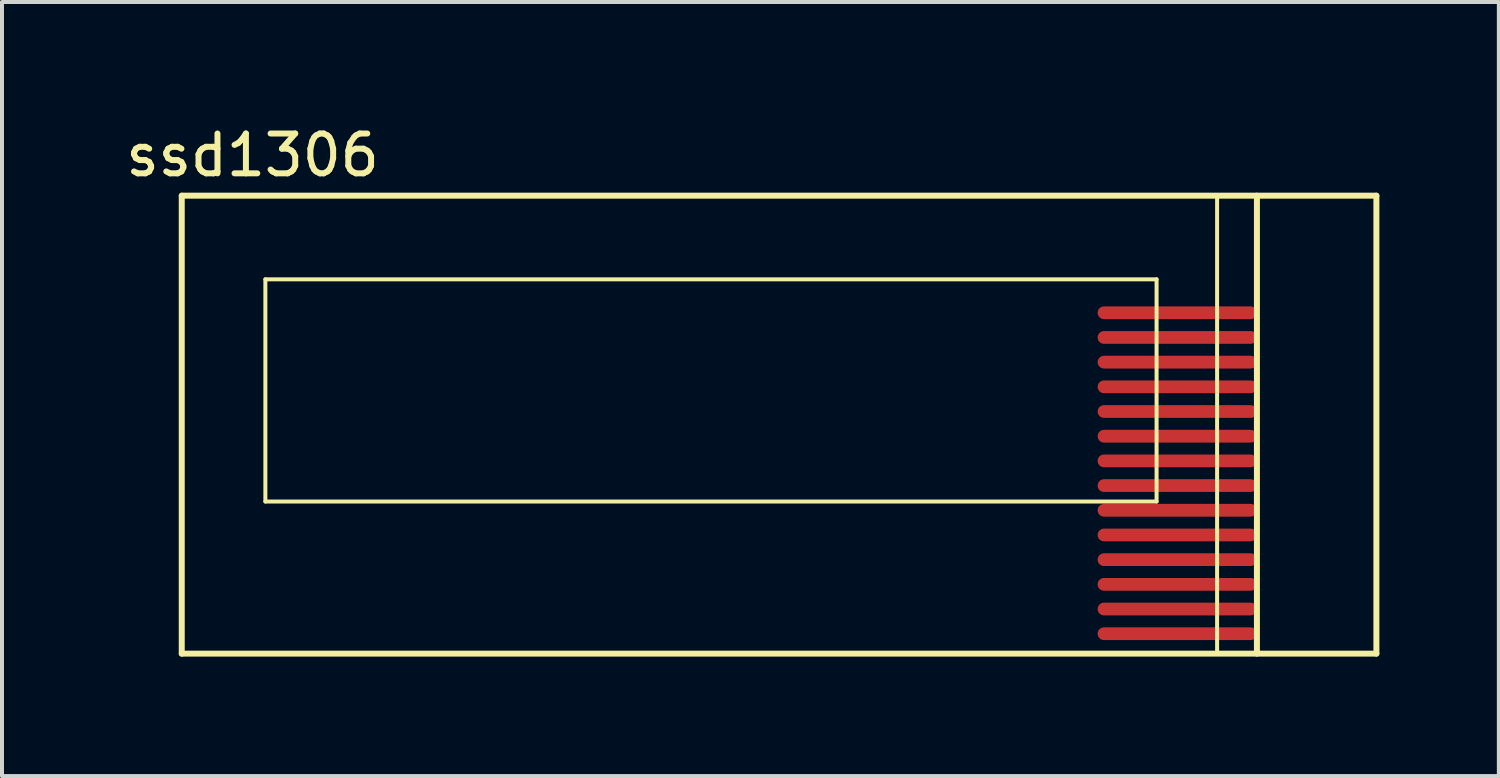
<source format=kicad_pcb>
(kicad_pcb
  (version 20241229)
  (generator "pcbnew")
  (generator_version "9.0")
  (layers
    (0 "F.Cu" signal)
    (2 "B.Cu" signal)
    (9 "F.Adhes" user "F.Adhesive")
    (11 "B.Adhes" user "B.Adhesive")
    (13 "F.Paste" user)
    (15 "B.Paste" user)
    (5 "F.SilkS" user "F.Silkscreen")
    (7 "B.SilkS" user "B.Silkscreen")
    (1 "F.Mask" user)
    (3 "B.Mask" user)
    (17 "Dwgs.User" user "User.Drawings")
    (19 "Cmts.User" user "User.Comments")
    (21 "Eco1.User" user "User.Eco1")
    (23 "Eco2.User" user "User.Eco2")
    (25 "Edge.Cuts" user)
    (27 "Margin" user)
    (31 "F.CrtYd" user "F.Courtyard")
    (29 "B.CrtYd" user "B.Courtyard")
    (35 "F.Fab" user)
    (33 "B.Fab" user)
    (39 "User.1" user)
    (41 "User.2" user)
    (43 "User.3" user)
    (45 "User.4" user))
  (footprint "ssd1306"
    (layer "F.Cu")
    (at 1.514 1.864)
    (property "Reference" "ssd1306" (at 1.778 -1.016 0) (layer "F.SilkS") (effects (font (size 1 1) (thickness 0.15))))
    (attr through_hole)
    (fp_line (start 0 0) (end 30 0) (stroke (width 0.15) (type solid)) (layer "F.SilkS"))
    (fp_line (start 0 11.5) (end 0 0) (stroke (width 0.15) (type solid)) (layer "F.SilkS"))
    (fp_line (start 0 11.5) (end 30 11.5) (stroke (width 0.15) (type solid)) (layer "F.SilkS"))
    (fp_line (start 2.1 2.1) (end 2.1 7.68) (stroke (width 0.1) (type solid)) (layer "F.SilkS"))
    (fp_line (start 2.1 2.1) (end 24.48 2.1) (stroke (width 0.1) (type solid)) (layer "F.SilkS"))
    (fp_line (start 2.1 7.68) (end 24.48 7.68) (stroke (width 0.1) (type solid)) (layer "F.SilkS"))
    (fp_line (start 24.48 2.1) (end 24.48 7.68) (stroke (width 0.1) (type solid)) (layer "F.SilkS"))
    (fp_line (start 26 0) (end 26 11.5) (stroke (width 0.1) (type solid)) (layer "F.SilkS"))
    (fp_line (start 27 11.5) (end 27 0) (stroke (width 0.15) (type solid)) (layer "F.SilkS"))
    (fp_line (start 30 0) (end 30 11.5) (stroke (width 0.15) (type solid)) (layer "F.SilkS"))
    (pad "1" smd oval (at 25 11) (size 4 0.32) (layers "F.Cu" "F.Mask" "F.Paste"))
    (pad "2" smd oval (at 25 10.38) (size 4 0.32) (layers "F.Cu" "F.Mask" "F.Paste"))
    (pad "3" smd oval (at 25 9.76) (size 4 0.32) (layers "F.Cu" "F.Mask" "F.Paste"))
    (pad "4" smd oval (at 25 9.14) (size 4 0.32) (layers "F.Cu" "F.Mask" "F.Paste"))
    (pad "5" smd oval (at 25 8.52) (size 4 0.32) (layers "F.Cu" "F.Mask" "F.Paste"))
    (pad "6" smd oval (at 25 7.9) (size 4 0.32) (layers "F.Cu" "F.Mask" "F.Paste"))
    (pad "7" smd oval (at 25 7.28) (size 4 0.32) (layers "F.Cu" "F.Mask" "F.Paste"))
    (pad "8" smd oval (at 25 6.66) (size 4 0.32) (layers "F.Cu" "F.Mask" "F.Paste"))
    (pad "9" smd oval (at 25 6.04) (size 4 0.32) (layers "F.Cu" "F.Mask" "F.Paste"))
    (pad "10" smd oval (at 25 5.42) (size 4 0.32) (layers "F.Cu" "F.Mask" "F.Paste"))
    (pad "11" smd oval (at 25 4.8) (size 4 0.32) (layers "F.Cu" "F.Mask" "F.Paste"))
    (pad "12" smd oval (at 25 4.18) (size 4 0.32) (layers "F.Cu" "F.Mask" "F.Paste"))
    (pad "13" smd oval (at 25 3.56) (size 4 0.32) (layers "F.Cu" "F.Mask" "F.Paste"))
    (pad "14" smd oval (at 25 2.94) (size 4 0.32) (layers "F.Cu" "F.Mask" "F.Paste")))
  (gr_rect
    (start -3 -3)
    (end 34.589 16.439)
    (stroke (width 0.1) (type default))
    (fill no)
    (layer "Edge.Cuts")))
</source>
